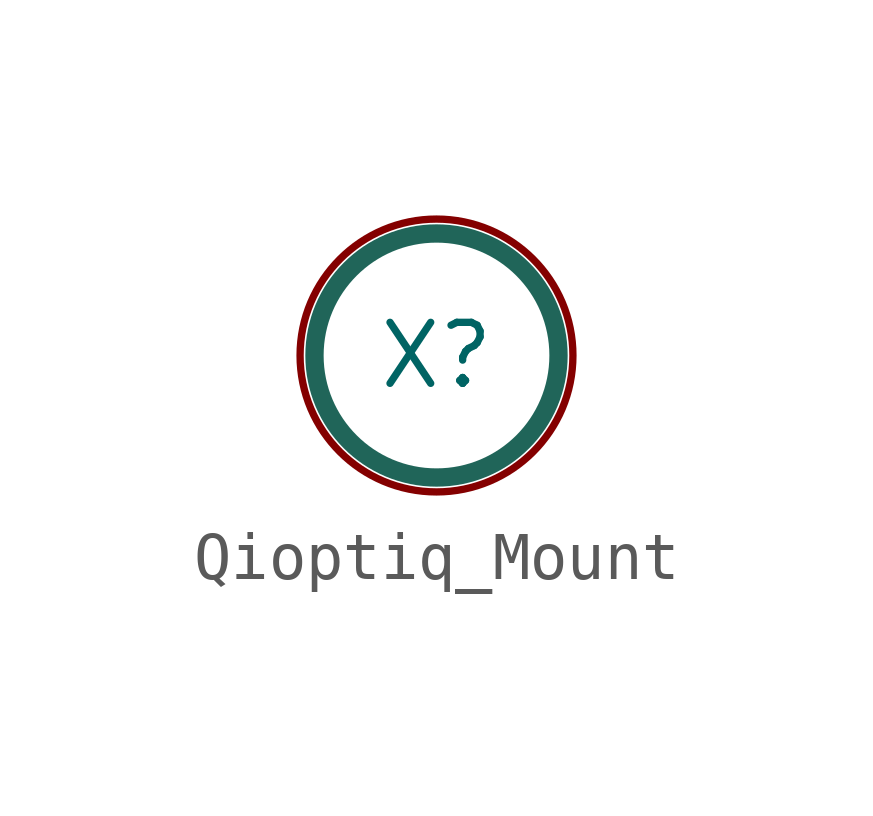
<source format=kicad_sym>
(kicad_symbol_lib
  (version 20231120)
  (generator "kicad_symbol_editor")
  (generator_version "8.0")
  (symbol "Qioptiq_Mount"
    (property "Reference" "X"
      (at 0 0 0)
      (effects (font (size 1.27 1.27))))
    (property "Value" ""
      (at 0 0 0)
      (effects (font (size 1.27 1.27))))
    (symbol "Qioptiq_Mount_0_1"
      (circle (center 0 0) (radius 2.84) (stroke (width 0) (type default)) (fill (type none)))
      (circle (center 0 0) (radius 2.54) (stroke (width 0.381) (type default) (color 32 101 89 1)) (fill (type none))))))
</source>
